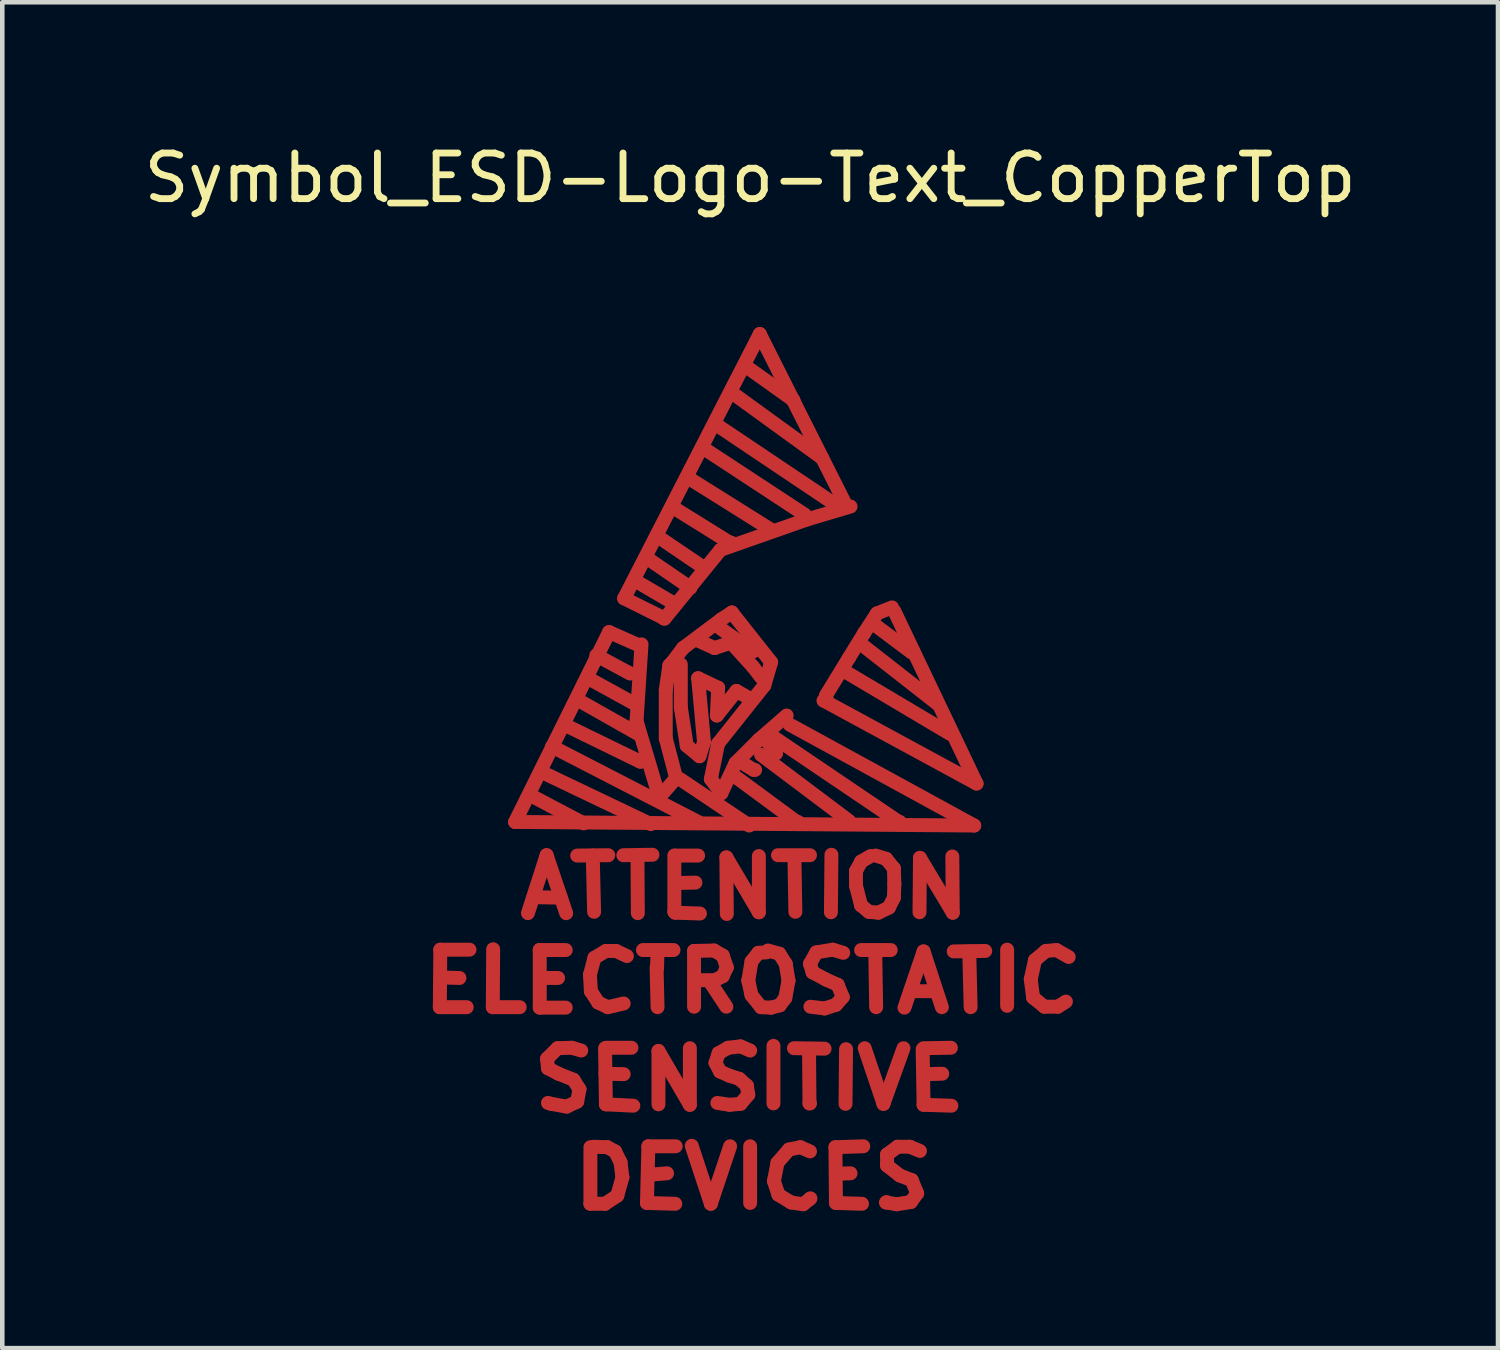
<source format=kicad_pcb>
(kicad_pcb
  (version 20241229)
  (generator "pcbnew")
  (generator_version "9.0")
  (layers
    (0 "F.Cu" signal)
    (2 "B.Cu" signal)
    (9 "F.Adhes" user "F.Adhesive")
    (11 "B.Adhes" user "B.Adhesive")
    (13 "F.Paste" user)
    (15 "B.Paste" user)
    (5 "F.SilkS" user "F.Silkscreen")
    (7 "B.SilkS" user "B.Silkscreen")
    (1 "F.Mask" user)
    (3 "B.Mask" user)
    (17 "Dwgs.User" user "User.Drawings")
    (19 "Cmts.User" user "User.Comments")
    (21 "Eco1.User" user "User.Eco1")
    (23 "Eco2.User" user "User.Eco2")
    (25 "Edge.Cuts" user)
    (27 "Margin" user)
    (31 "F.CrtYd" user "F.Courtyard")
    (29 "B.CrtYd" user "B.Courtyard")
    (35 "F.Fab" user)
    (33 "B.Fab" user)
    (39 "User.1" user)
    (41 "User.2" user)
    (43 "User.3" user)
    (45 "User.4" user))
  (footprint "Symbol_ESD-Logo-Text_CopperTop"
    (layer "F.Cu")
    (at 13.387 11.648)
    (property "Reference" "Symbol_ESD-Logo-Text_CopperTop" (at 0 -10.8 0) (layer "F.SilkS") (effects (font (size 1 1) (thickness 0.15))))
    (attr through_hole)
    (fp_line (start -6.8 7.371) (end -6.21 7.371) (stroke (width 0.305) (type solid)) (layer "F.Cu"))
    (fp_line (start -6.789 6.111) (end -6.8 7.371) (stroke (width 0.305) (type solid)) (layer "F.Cu"))
    (fp_line (start -6.37 6.731) (end -6.749 6.721) (stroke (width 0.305) (type solid)) (layer "F.Cu"))
    (fp_line (start -6.149 6.111) (end -6.789 6.111) (stroke (width 0.305) (type solid)) (layer "F.Cu"))
    (fp_line (start -5.639 7.371) (end -5.05 7.371) (stroke (width 0.305) (type solid)) (layer "F.Cu"))
    (fp_line (start -5.631 6.101) (end -5.639 7.371) (stroke (width 0.305) (type solid)) (layer "F.Cu"))
    (fp_line (start -5.151 3.312) (end 4.91 3.391) (stroke (width 0.305) (type solid)) (layer "F.Cu"))
    (fp_line (start -4.869 5.311) (end -4.46 4.041) (stroke (width 0.305) (type solid)) (layer "F.Cu"))
    (fp_line (start -4.77 2.751) (end -3.65 3.343) (stroke (width 0.305) (type solid)) (layer "F.Cu"))
    (fp_line (start -4.75 4.961) (end -4.15 4.971) (stroke (width 0.305) (type solid)) (layer "F.Cu"))
    (fp_line (start -4.61 6.119) (end -4.61 7.381) (stroke (width 0.305) (type solid)) (layer "F.Cu"))
    (fp_line (start -4.61 6.119) (end -4.041 6.119) (stroke (width 0.305) (type solid)) (layer "F.Cu"))
    (fp_line (start -4.61 7.381) (end -4.041 7.381) (stroke (width 0.305) (type solid)) (layer "F.Cu"))
    (fp_line (start -4.6 6.129) (end -4.61 6.119) (stroke (width 0.305) (type solid)) (layer "F.Cu"))
    (fp_line (start -4.559 2.223) (end -2.179 3.36) (stroke (width 0.305) (type solid)) (layer "F.Cu"))
    (fp_line (start -4.559 6.731) (end -4.209 6.731) (stroke (width 0.305) (type solid)) (layer "F.Cu"))
    (fp_line (start -4.46 4.041) (end -4.031 5.311) (stroke (width 0.305) (type solid)) (layer "F.Cu"))
    (fp_line (start -4.45 8.499) (end -4.43 8.71) (stroke (width 0.305) (type solid)) (layer "F.Cu"))
    (fp_line (start -4.43 8.71) (end -4.201 8.829) (stroke (width 0.305) (type solid)) (layer "F.Cu"))
    (fp_line (start -4.361 9.489) (end -4.43 9.469) (stroke (width 0.305) (type solid)) (layer "F.Cu"))
    (fp_line (start -4.341 1.661) (end -1.14 3.312) (stroke (width 0.305) (type solid)) (layer "F.Cu"))
    (fp_line (start -4.219 8.27) (end -4.45 8.499) (stroke (width 0.305) (type solid)) (layer "F.Cu"))
    (fp_line (start -4.201 8.829) (end -3.871 8.961) (stroke (width 0.305) (type solid)) (layer "F.Cu"))
    (fp_line (start -4.031 1.201) (end -2.41 1.991) (stroke (width 0.305) (type solid)) (layer "F.Cu"))
    (fp_line (start -4.021 9.55) (end -4.361 9.489) (stroke (width 0.305) (type solid)) (layer "F.Cu"))
    (fp_line (start -3.909 8.26) (end -4.219 8.27) (stroke (width 0.305) (type solid)) (layer "F.Cu"))
    (fp_line (start -3.871 8.961) (end -3.739 9.169) (stroke (width 0.305) (type solid)) (layer "F.Cu"))
    (fp_line (start -3.79 4.049) (end -3.109 4.041) (stroke (width 0.305) (type solid)) (layer "F.Cu"))
    (fp_line (start -3.79 9.441) (end -4.021 9.55) (stroke (width 0.305) (type solid)) (layer "F.Cu"))
    (fp_line (start -3.749 0.653) (end -2.461 1.382) (stroke (width 0.305) (type solid)) (layer "F.Cu"))
    (fp_line (start -3.739 9.169) (end -3.79 9.441) (stroke (width 0.305) (type solid)) (layer "F.Cu"))
    (fp_line (start -3.701 8.321) (end -3.909 8.26) (stroke (width 0.305) (type solid)) (layer "F.Cu"))
    (fp_line (start -3.551 0.163) (end -2.479 0.752) (stroke (width 0.305) (type solid)) (layer "F.Cu"))
    (fp_line (start -3.51 6.66) (end -3.49 7.021) (stroke (width 0.305) (type solid)) (layer "F.Cu"))
    (fp_line (start -3.5 10.439) (end -3.5 11.679) (stroke (width 0.305) (type solid)) (layer "F.Cu"))
    (fp_line (start -3.5 11.679) (end -3.18 11.679) (stroke (width 0.305) (type solid)) (layer "F.Cu"))
    (fp_line (start -3.49 7.021) (end -3.33 7.269) (stroke (width 0.305) (type solid)) (layer "F.Cu"))
    (fp_line (start -3.449 4.049) (end -3.419 5.281) (stroke (width 0.305) (type solid)) (layer "F.Cu"))
    (fp_line (start -3.411 6.289) (end -3.51 6.66) (stroke (width 0.305) (type solid)) (layer "F.Cu"))
    (fp_line (start -3.371 -0.338) (end -2.629 0.061) (stroke (width 0.305) (type solid)) (layer "F.Cu"))
    (fp_line (start -3.33 7.269) (end -3.119 7.371) (stroke (width 0.305) (type solid)) (layer "F.Cu"))
    (fp_line (start -3.18 11.679) (end -2.911 11.501) (stroke (width 0.305) (type solid)) (layer "F.Cu"))
    (fp_line (start -3.16 6.139) (end -3.411 6.289) (stroke (width 0.305) (type solid)) (layer "F.Cu"))
    (fp_line (start -3.16 9.5) (end -3.18 8.27) (stroke (width 0.305) (type solid)) (layer "F.Cu"))
    (fp_line (start -3.129 10.439) (end -3.429 10.429) (stroke (width 0.305) (type solid)) (layer "F.Cu"))
    (fp_line (start -3.119 7.371) (end -2.771 7.29) (stroke (width 0.305) (type solid)) (layer "F.Cu"))
    (fp_line (start -3.091 -0.848) (end -5.151 3.312) (stroke (width 0.305) (type solid)) (layer "F.Cu"))
    (fp_line (start -2.959 10.531) (end -3.129 10.439) (stroke (width 0.305) (type solid)) (layer "F.Cu"))
    (fp_line (start -2.939 6.139) (end -3.16 6.139) (stroke (width 0.305) (type solid)) (layer "F.Cu"))
    (fp_line (start -2.911 11.501) (end -2.799 11.1) (stroke (width 0.305) (type solid)) (layer "F.Cu"))
    (fp_line (start -2.84 10.77) (end -2.959 10.531) (stroke (width 0.305) (type solid)) (layer "F.Cu"))
    (fp_line (start -2.799 11.1) (end -2.84 10.77) (stroke (width 0.305) (type solid)) (layer "F.Cu"))
    (fp_line (start -2.779 4.041) (end -2.141 4.031) (stroke (width 0.305) (type solid)) (layer "F.Cu"))
    (fp_line (start -2.771 8.839) (end -3.17 8.829) (stroke (width 0.305) (type solid)) (layer "F.Cu"))
    (fp_line (start -2.761 -1.587) (end -1.9 -1.158) (stroke (width 0.305) (type solid)) (layer "F.Cu"))
    (fp_line (start -2.7 6.251) (end -2.939 6.139) (stroke (width 0.305) (type solid)) (layer "F.Cu"))
    (fp_line (start -2.601 8.26) (end -3.15 8.26) (stroke (width 0.305) (type solid)) (layer "F.Cu"))
    (fp_line (start -2.56 9.53) (end -3.16 9.5) (stroke (width 0.305) (type solid)) (layer "F.Cu"))
    (fp_line (start -2.51 -1.968) (end -1.689 -1.488) (stroke (width 0.305) (type solid)) (layer "F.Cu"))
    (fp_line (start -2.489 1.102) (end -1.991 2.771) (stroke (width 0.305) (type solid)) (layer "F.Cu"))
    (fp_line (start -2.461 -0.569) (end -3.091 -0.848) (stroke (width 0.305) (type solid)) (layer "F.Cu"))
    (fp_line (start -2.461 5.311) (end -2.469 4.059) (stroke (width 0.305) (type solid)) (layer "F.Cu"))
    (fp_line (start -2.41 1.991) (end -2.38 1.991) (stroke (width 0.305) (type solid)) (layer "F.Cu"))
    (fp_line (start -2.38 -0.579) (end -2.489 1.102) (stroke (width 0.305) (type solid)) (layer "F.Cu"))
    (fp_line (start -2.349 6.119) (end -1.679 6.119) (stroke (width 0.305) (type solid)) (layer "F.Cu"))
    (fp_line (start -2.261 11.661) (end -1.641 11.679) (stroke (width 0.305) (type solid)) (layer "F.Cu"))
    (fp_line (start -2.23 -2.449) (end -1.311 -1.819) (stroke (width 0.305) (type solid)) (layer "F.Cu"))
    (fp_line (start -2.23 10.419) (end -2.261 11.661) (stroke (width 0.305) (type solid)) (layer "F.Cu"))
    (fp_line (start -2.159 11.039) (end -2.159 11.021) (stroke (width 0.305) (type solid)) (layer "F.Cu"))
    (fp_line (start -2.05 -2.959) (end -1.031 -2.268) (stroke (width 0.305) (type solid)) (layer "F.Cu"))
    (fp_line (start -2.05 6.5) (end -2.029 7.371) (stroke (width 0.305) (type solid)) (layer "F.Cu"))
    (fp_line (start -2.04 6.52) (end -2.029 6.129) (stroke (width 0.305) (type solid)) (layer "F.Cu"))
    (fp_line (start -2.029 6.129) (end -2.009 6.129) (stroke (width 0.305) (type solid)) (layer "F.Cu"))
    (fp_line (start -2.009 8.331) (end -1.321 9.51) (stroke (width 0.305) (type solid)) (layer "F.Cu"))
    (fp_line (start -2.009 9.5) (end -2.009 8.331) (stroke (width 0.305) (type solid)) (layer "F.Cu"))
    (fp_line (start -1.991 2.771) (end -1.621 2.352) (stroke (width 0.305) (type solid)) (layer "F.Cu"))
    (fp_line (start -1.9 -1.158) (end -1.869 -1.158) (stroke (width 0.305) (type solid)) (layer "F.Cu"))
    (fp_line (start -1.849 0.422) (end -1.77 -0.119) (stroke (width 0.305) (type solid)) (layer "F.Cu"))
    (fp_line (start -1.849 1.481) (end -1.849 0.422) (stroke (width 0.305) (type solid)) (layer "F.Cu"))
    (fp_line (start -1.821 11.011) (end -2.159 11.039) (stroke (width 0.305) (type solid)) (layer "F.Cu"))
    (fp_line (start -1.77 -0.119) (end -1.72 -0.168) (stroke (width 0.305) (type solid)) (layer "F.Cu"))
    (fp_line (start -1.72 -3.599) (end -0.45 -2.809) (stroke (width 0.305) (type solid)) (layer "F.Cu"))
    (fp_line (start -1.72 -0.168) (end -1.471 -0.498) (stroke (width 0.305) (type solid)) (layer "F.Cu"))
    (fp_line (start -1.661 4.049) (end -1.661 5.281) (stroke (width 0.305) (type solid)) (layer "F.Cu"))
    (fp_line (start -1.661 5.281) (end -1.651 5.281) (stroke (width 0.305) (type solid)) (layer "F.Cu"))
    (fp_line (start -1.651 4.049) (end -1.14 4.049) (stroke (width 0.305) (type solid)) (layer "F.Cu"))
    (fp_line (start -1.641 5.301) (end -1.631 5.301) (stroke (width 0.305) (type solid)) (layer "F.Cu"))
    (fp_line (start -1.631 10.419) (end -2.23 10.419) (stroke (width 0.305) (type solid)) (layer "F.Cu"))
    (fp_line (start -1.621 2.352) (end -1.849 1.481) (stroke (width 0.305) (type solid)) (layer "F.Cu"))
    (fp_line (start -1.621 4.651) (end -1.6 4.651) (stroke (width 0.305) (type solid)) (layer "F.Cu"))
    (fp_line (start -1.539 2.372) (end -0.02 3.391) (stroke (width 0.305) (type solid)) (layer "F.Cu"))
    (fp_line (start -1.519 -0.14) (end -1.519 0.803) (stroke (width 0.305) (type solid)) (layer "F.Cu"))
    (fp_line (start -1.519 0.803) (end -1.389 1.641) (stroke (width 0.305) (type solid)) (layer "F.Cu"))
    (fp_line (start -1.471 -0.498) (end -0.63 -1.128) (stroke (width 0.305) (type solid)) (layer "F.Cu"))
    (fp_line (start -1.389 1.641) (end -1.11 1.872) (stroke (width 0.305) (type solid)) (layer "F.Cu"))
    (fp_line (start -1.359 -4.229) (end 0.46 -3.089) (stroke (width 0.305) (type solid)) (layer "F.Cu"))
    (fp_line (start -1.321 9.51) (end -1.321 8.27) (stroke (width 0.305) (type solid)) (layer "F.Cu"))
    (fp_line (start -1.311 -1.819) (end -1.311 -1.839) (stroke (width 0.305) (type solid)) (layer "F.Cu"))
    (fp_line (start -1.28 10.409) (end -0.861 11.679) (stroke (width 0.305) (type solid)) (layer "F.Cu"))
    (fp_line (start -1.229 6.139) (end -0.79 6.129) (stroke (width 0.305) (type solid)) (layer "F.Cu"))
    (fp_line (start -1.229 7.361) (end -1.229 6.139) (stroke (width 0.305) (type solid)) (layer "F.Cu"))
    (fp_line (start -1.199 4.641) (end -1.621 4.651) (stroke (width 0.305) (type solid)) (layer "F.Cu"))
    (fp_line (start -1.171 6.779) (end -1.161 6.779) (stroke (width 0.305) (type solid)) (layer "F.Cu"))
    (fp_line (start -1.14 0.163) (end -0.701 0.371) (stroke (width 0.305) (type solid)) (layer "F.Cu"))
    (fp_line (start -1.11 -0.648) (end -0.78 -0.498) (stroke (width 0.305) (type solid)) (layer "F.Cu"))
    (fp_line (start -1.11 1.872) (end -1.011 1.562) (stroke (width 0.305) (type solid)) (layer "F.Cu"))
    (fp_line (start -1.1 5.319) (end -1.641 5.301) (stroke (width 0.305) (type solid)) (layer "F.Cu"))
    (fp_line (start -1.011 -4.869) (end 1.199 -3.419) (stroke (width 0.305) (type solid)) (layer "F.Cu"))
    (fp_line (start -1.011 1.562) (end -1.14 0.163) (stroke (width 0.305) (type solid)) (layer "F.Cu"))
    (fp_line (start -0.879 6.82) (end -0.521 7.361) (stroke (width 0.305) (type solid)) (layer "F.Cu"))
    (fp_line (start -0.861 2.372) (end -0.63 2.682) (stroke (width 0.305) (type solid)) (layer "F.Cu"))
    (fp_line (start -0.861 11.679) (end -0.439 10.419) (stroke (width 0.305) (type solid)) (layer "F.Cu"))
    (fp_line (start -0.79 6.129) (end -0.599 6.241) (stroke (width 0.305) (type solid)) (layer "F.Cu"))
    (fp_line (start -0.78 -0.498) (end -0.419 -0.617) (stroke (width 0.305) (type solid)) (layer "F.Cu"))
    (fp_line (start -0.77 6.779) (end -1.171 6.779) (stroke (width 0.305) (type solid)) (layer "F.Cu"))
    (fp_line (start -0.759 8.59) (end -0.66 8.781) (stroke (width 0.305) (type solid)) (layer "F.Cu"))
    (fp_line (start -0.749 -5.397) (end 1.859 -3.647) (stroke (width 0.305) (type solid)) (layer "F.Cu"))
    (fp_line (start -0.729 0.98) (end -0.3 0.442) (stroke (width 0.305) (type solid)) (layer "F.Cu"))
    (fp_line (start -0.701 0.371) (end -0.729 0.98) (stroke (width 0.305) (type solid)) (layer "F.Cu"))
    (fp_line (start -0.701 1.593) (end -0.861 2.372) (stroke (width 0.305) (type solid)) (layer "F.Cu"))
    (fp_line (start -0.691 8.379) (end -0.759 8.59) (stroke (width 0.305) (type solid)) (layer "F.Cu"))
    (fp_line (start -0.66 8.781) (end -0.46 8.87) (stroke (width 0.305) (type solid)) (layer "F.Cu"))
    (fp_line (start -0.65 -2.649) (end -1.88 -1.138) (stroke (width 0.305) (type solid)) (layer "F.Cu"))
    (fp_line (start -0.65 -0.93) (end 0.061 -0.419) (stroke (width 0.305) (type solid)) (layer "F.Cu"))
    (fp_line (start -0.63 -1.128) (end -0.401 -1.278) (stroke (width 0.305) (type solid)) (layer "F.Cu"))
    (fp_line (start -0.63 2.682) (end -0.32 2.022) (stroke (width 0.305) (type solid)) (layer "F.Cu"))
    (fp_line (start -0.599 6.241) (end -0.511 6.5) (stroke (width 0.305) (type solid)) (layer "F.Cu"))
    (fp_line (start -0.599 6.69) (end -0.77 6.779) (stroke (width 0.305) (type solid)) (layer "F.Cu"))
    (fp_line (start -0.521 4.089) (end 0.191 5.291) (stroke (width 0.305) (type solid)) (layer "F.Cu"))
    (fp_line (start -0.511 5.329) (end -0.521 4.089) (stroke (width 0.305) (type solid)) (layer "F.Cu"))
    (fp_line (start -0.511 6.5) (end -0.599 6.69) (stroke (width 0.305) (type solid)) (layer "F.Cu"))
    (fp_line (start -0.48 8.26) (end -0.691 8.379) (stroke (width 0.305) (type solid)) (layer "F.Cu"))
    (fp_line (start -0.46 8.87) (end -0.239 8.941) (stroke (width 0.305) (type solid)) (layer "F.Cu"))
    (fp_line (start -0.45 -2.809) (end -0.419 -2.809) (stroke (width 0.305) (type solid)) (layer "F.Cu"))
    (fp_line (start -0.45 9.51) (end -0.719 9.469) (stroke (width 0.305) (type solid)) (layer "F.Cu"))
    (fp_line (start -0.419 -0.617) (end 0.061 -0.089) (stroke (width 0.305) (type solid)) (layer "F.Cu"))
    (fp_line (start -0.401 -1.278) (end 0.46 -0.188) (stroke (width 0.305) (type solid)) (layer "F.Cu"))
    (fp_line (start -0.351 -6.058) (end 1.58 -4.658) (stroke (width 0.305) (type solid)) (layer "F.Cu"))
    (fp_line (start -0.351 2.301) (end 1.021 3.312) (stroke (width 0.305) (type solid)) (layer "F.Cu"))
    (fp_line (start -0.32 2.022) (end 0.191 1.511) (stroke (width 0.305) (type solid)) (layer "F.Cu"))
    (fp_line (start -0.3 0.442) (end -0.071 0.572) (stroke (width 0.305) (type solid)) (layer "F.Cu"))
    (fp_line (start -0.239 8.941) (end -0.071 9.091) (stroke (width 0.305) (type solid)) (layer "F.Cu"))
    (fp_line (start -0.221 1.991) (end 0.079 2.172) (stroke (width 0.305) (type solid)) (layer "F.Cu"))
    (fp_line (start -0.211 8.23) (end -0.48 8.26) (stroke (width 0.305) (type solid)) (layer "F.Cu"))
    (fp_line (start -0.211 9.489) (end -0.45 9.51) (stroke (width 0.305) (type solid)) (layer "F.Cu"))
    (fp_line (start -0.089 -6.668) (end 0.95 -5.928) (stroke (width 0.305) (type solid)) (layer "F.Cu"))
    (fp_line (start -0.071 9.091) (end -0.041 9.289) (stroke (width 0.305) (type solid)) (layer "F.Cu"))
    (fp_line (start -0.041 6.789) (end 0.03 6.37) (stroke (width 0.305) (type solid)) (layer "F.Cu"))
    (fp_line (start -0.041 9.289) (end -0.211 9.489) (stroke (width 0.305) (type solid)) (layer "F.Cu"))
    (fp_line (start 0 8.321) (end -0.211 8.23) (stroke (width 0.305) (type solid)) (layer "F.Cu"))
    (fp_line (start 0 10.419) (end 0 11.661) (stroke (width 0.305) (type solid)) (layer "F.Cu"))
    (fp_line (start 0.03 6.37) (end 0.18 6.18) (stroke (width 0.305) (type solid)) (layer "F.Cu"))
    (fp_line (start 0.03 7.109) (end -0.041 6.789) (stroke (width 0.305) (type solid)) (layer "F.Cu"))
    (fp_line (start 0.061 -0.089) (end 0.239 0.142) (stroke (width 0.305) (type solid)) (layer "F.Cu"))
    (fp_line (start 0.079 2.172) (end 0.109 2.172) (stroke (width 0.305) (type solid)) (layer "F.Cu"))
    (fp_line (start 0.18 6.18) (end 0.361 6.17) (stroke (width 0.305) (type solid)) (layer "F.Cu"))
    (fp_line (start 0.191 1.511) (end 0.8 0.98) (stroke (width 0.305) (type solid)) (layer "F.Cu"))
    (fp_line (start 0.191 5.291) (end 0.191 4.059) (stroke (width 0.305) (type solid)) (layer "F.Cu"))
    (fp_line (start 0.211 -7.379) (end -2.761 -1.587) (stroke (width 0.305) (type solid)) (layer "F.Cu"))
    (fp_line (start 0.239 1.841) (end 2.169 3.292) (stroke (width 0.305) (type solid)) (layer "F.Cu"))
    (fp_line (start 0.239 7.371) (end 0.03 7.109) (stroke (width 0.305) (type solid)) (layer "F.Cu"))
    (fp_line (start 0.31 0.323) (end -0.701 1.593) (stroke (width 0.305) (type solid)) (layer "F.Cu"))
    (fp_line (start 0.31 1.46) (end 0.569 1.811) (stroke (width 0.305) (type solid)) (layer "F.Cu"))
    (fp_line (start 0.391 6.129) (end 0.64 6.2) (stroke (width 0.305) (type solid)) (layer "F.Cu"))
    (fp_line (start 0.46 -0.188) (end 0.31 0.323) (stroke (width 0.305) (type solid)) (layer "F.Cu"))
    (fp_line (start 0.46 7.381) (end 0.239 7.371) (stroke (width 0.305) (type solid)) (layer "F.Cu"))
    (fp_line (start 0.511 8.219) (end 0.511 9.479) (stroke (width 0.305) (type solid)) (layer "F.Cu"))
    (fp_line (start 0.521 1.46) (end 3.259 3.312) (stroke (width 0.305) (type solid)) (layer "F.Cu"))
    (fp_line (start 0.521 11.181) (end 0.62 11.481) (stroke (width 0.305) (type solid)) (layer "F.Cu"))
    (fp_line (start 0.599 10.78) (end 0.521 11.181) (stroke (width 0.305) (type solid)) (layer "F.Cu"))
    (fp_line (start 0.61 4.041) (end 1.311 4.041) (stroke (width 0.305) (type solid)) (layer "F.Cu"))
    (fp_line (start 0.62 11.481) (end 0.899 11.651) (stroke (width 0.305) (type solid)) (layer "F.Cu"))
    (fp_line (start 0.64 6.2) (end 0.78 6.421) (stroke (width 0.305) (type solid)) (layer "F.Cu"))
    (fp_line (start 0.65 7.33) (end 0.46 7.381) (stroke (width 0.305) (type solid)) (layer "F.Cu"))
    (fp_line (start 0.77 7.17) (end 0.65 7.33) (stroke (width 0.305) (type solid)) (layer "F.Cu"))
    (fp_line (start 0.78 6.421) (end 0.841 6.789) (stroke (width 0.305) (type solid)) (layer "F.Cu"))
    (fp_line (start 0.841 6.789) (end 0.77 7.17) (stroke (width 0.305) (type solid)) (layer "F.Cu"))
    (fp_line (start 0.851 10.49) (end 0.599 10.78) (stroke (width 0.305) (type solid)) (layer "F.Cu"))
    (fp_line (start 0.899 11.651) (end 1.161 11.689) (stroke (width 0.305) (type solid)) (layer "F.Cu"))
    (fp_line (start 0.96 8.27) (end 1.631 8.28) (stroke (width 0.305) (type solid)) (layer "F.Cu"))
    (fp_line (start 0.97 4.069) (end 0.991 5.281) (stroke (width 0.305) (type solid)) (layer "F.Cu"))
    (fp_line (start 1.021 3.312) (end 1.049 3.312) (stroke (width 0.305) (type solid)) (layer "F.Cu"))
    (fp_line (start 1.1 10.439) (end 0.851 10.49) (stroke (width 0.305) (type solid)) (layer "F.Cu"))
    (fp_line (start 1.161 11.689) (end 1.311 11.57) (stroke (width 0.305) (type solid)) (layer "F.Cu"))
    (fp_line (start 1.25 -3.317) (end -0.65 -2.649) (stroke (width 0.305) (type solid)) (layer "F.Cu"))
    (fp_line (start 1.29 8.291) (end 1.3 9.479) (stroke (width 0.305) (type solid)) (layer "F.Cu"))
    (fp_line (start 1.3 9.479) (end 1.311 9.479) (stroke (width 0.305) (type solid)) (layer "F.Cu"))
    (fp_line (start 1.311 6.421) (end 1.369 6.609) (stroke (width 0.305) (type solid)) (layer "F.Cu"))
    (fp_line (start 1.311 10.531) (end 1.1 10.439) (stroke (width 0.305) (type solid)) (layer "F.Cu"))
    (fp_line (start 1.311 11.57) (end 1.321 11.56) (stroke (width 0.305) (type solid)) (layer "F.Cu"))
    (fp_line (start 1.369 6.609) (end 1.669 6.769) (stroke (width 0.305) (type solid)) (layer "F.Cu"))
    (fp_line (start 1.45 6.17) (end 1.311 6.421) (stroke (width 0.305) (type solid)) (layer "F.Cu"))
    (fp_line (start 1.61 0.653) (end 1.679 0.622) (stroke (width 0.305) (type solid)) (layer "F.Cu"))
    (fp_line (start 1.631 7.399) (end 1.321 7.361) (stroke (width 0.305) (type solid)) (layer "F.Cu"))
    (fp_line (start 1.659 0.541) (end 2.169 -0.29) (stroke (width 0.305) (type solid)) (layer "F.Cu"))
    (fp_line (start 1.669 6.769) (end 1.92 6.881) (stroke (width 0.305) (type solid)) (layer "F.Cu"))
    (fp_line (start 1.781 4.031) (end 1.77 5.291) (stroke (width 0.305) (type solid)) (layer "F.Cu"))
    (fp_line (start 1.811 6.111) (end 1.45 6.17) (stroke (width 0.305) (type solid)) (layer "F.Cu"))
    (fp_line (start 1.869 10.439) (end 1.88 11.661) (stroke (width 0.305) (type solid)) (layer "F.Cu"))
    (fp_line (start 1.88 7.32) (end 1.631 7.399) (stroke (width 0.305) (type solid)) (layer "F.Cu"))
    (fp_line (start 1.88 11.661) (end 2.451 11.679) (stroke (width 0.305) (type solid)) (layer "F.Cu"))
    (fp_line (start 1.92 6.881) (end 2.029 7.15) (stroke (width 0.305) (type solid)) (layer "F.Cu"))
    (fp_line (start 2.029 7.15) (end 1.88 7.32) (stroke (width 0.305) (type solid)) (layer "F.Cu"))
    (fp_line (start 2.04 6.18) (end 1.811 6.111) (stroke (width 0.305) (type solid)) (layer "F.Cu"))
    (fp_line (start 2.09 -3.647) (end 0.211 -7.379) (stroke (width 0.305) (type solid)) (layer "F.Cu"))
    (fp_line (start 2.101 8.291) (end 2.09 9.489) (stroke (width 0.305) (type solid)) (layer "F.Cu"))
    (fp_line (start 2.121 0.041) (end 4.379 1.382) (stroke (width 0.305) (type solid)) (layer "F.Cu"))
    (fp_line (start 2.169 -0.29) (end 2.499 -0.828) (stroke (width 0.305) (type solid)) (layer "F.Cu"))
    (fp_line (start 2.2 -3.599) (end 1.25 -3.317) (stroke (width 0.305) (type solid)) (layer "F.Cu"))
    (fp_line (start 2.2 11.011) (end 1.89 11.021) (stroke (width 0.305) (type solid)) (layer "F.Cu"))
    (fp_line (start 2.319 4.389) (end 2.431 4.181) (stroke (width 0.305) (type solid)) (layer "F.Cu"))
    (fp_line (start 2.319 4.709) (end 2.319 4.389) (stroke (width 0.305) (type solid)) (layer "F.Cu"))
    (fp_line (start 2.431 4.181) (end 2.639 4.059) (stroke (width 0.305) (type solid)) (layer "F.Cu"))
    (fp_line (start 2.431 5.141) (end 2.319 4.709) (stroke (width 0.305) (type solid)) (layer "F.Cu"))
    (fp_line (start 2.431 6.119) (end 3.081 6.119) (stroke (width 0.305) (type solid)) (layer "F.Cu"))
    (fp_line (start 2.451 -0.569) (end 4.1 0.721) (stroke (width 0.305) (type solid)) (layer "F.Cu"))
    (fp_line (start 2.479 10.419) (end 1.869 10.439) (stroke (width 0.305) (type solid)) (layer "F.Cu"))
    (fp_line (start 2.499 -0.828) (end 2.779 -1.257) (stroke (width 0.305) (type solid)) (layer "F.Cu"))
    (fp_line (start 2.51 8.27) (end 2.921 9.489) (stroke (width 0.305) (type solid)) (layer "F.Cu"))
    (fp_line (start 2.601 5.281) (end 2.431 5.141) (stroke (width 0.305) (type solid)) (layer "F.Cu"))
    (fp_line (start 2.7 -1.029) (end 3.541 -0.399) (stroke (width 0.305) (type solid)) (layer "F.Cu"))
    (fp_line (start 2.741 6.129) (end 2.761 7.371) (stroke (width 0.305) (type solid)) (layer "F.Cu"))
    (fp_line (start 2.751 4.049) (end 2.979 4.12) (stroke (width 0.305) (type solid)) (layer "F.Cu"))
    (fp_line (start 2.779 -1.257) (end 3.109 -1.389) (stroke (width 0.305) (type solid)) (layer "F.Cu"))
    (fp_line (start 2.809 5.301) (end 2.601 5.281) (stroke (width 0.305) (type solid)) (layer "F.Cu"))
    (fp_line (start 2.921 9.489) (end 3.36 8.27) (stroke (width 0.305) (type solid)) (layer "F.Cu"))
    (fp_line (start 2.979 4.12) (end 3.15 4.331) (stroke (width 0.305) (type solid)) (layer "F.Cu"))
    (fp_line (start 2.979 11.651) (end 2.99 11.641) (stroke (width 0.305) (type solid)) (layer "F.Cu"))
    (fp_line (start 3 10.599) (end 3 10.841) (stroke (width 0.305) (type solid)) (layer "F.Cu"))
    (fp_line (start 3 10.841) (end 3.279 11.059) (stroke (width 0.305) (type solid)) (layer "F.Cu"))
    (fp_line (start 3.04 5.189) (end 2.809 5.301) (stroke (width 0.305) (type solid)) (layer "F.Cu"))
    (fp_line (start 3.15 4.331) (end 3.16 4.671) (stroke (width 0.305) (type solid)) (layer "F.Cu"))
    (fp_line (start 3.15 4.971) (end 3.04 5.189) (stroke (width 0.305) (type solid)) (layer "F.Cu"))
    (fp_line (start 3.16 -1.308) (end 4.961 2.471) (stroke (width 0.305) (type solid)) (layer "F.Cu"))
    (fp_line (start 3.16 4.671) (end 3.15 4.971) (stroke (width 0.305) (type solid)) (layer "F.Cu"))
    (fp_line (start 3.211 11.689) (end 2.979 11.651) (stroke (width 0.305) (type solid)) (layer "F.Cu"))
    (fp_line (start 3.231 10.429) (end 3 10.599) (stroke (width 0.305) (type solid)) (layer "F.Cu"))
    (fp_line (start 3.259 3.312) (end 3.279 3.312) (stroke (width 0.305) (type solid)) (layer "F.Cu"))
    (fp_line (start 3.279 11.059) (end 3.541 11.161) (stroke (width 0.305) (type solid)) (layer "F.Cu"))
    (fp_line (start 3.381 7.381) (end 3.8 6.149) (stroke (width 0.305) (type solid)) (layer "F.Cu"))
    (fp_line (start 3.5 10.429) (end 3.231 10.429) (stroke (width 0.305) (type solid)) (layer "F.Cu"))
    (fp_line (start 3.51 7.021) (end 4.041 7.021) (stroke (width 0.305) (type solid)) (layer "F.Cu"))
    (fp_line (start 3.52 11.641) (end 3.211 11.689) (stroke (width 0.305) (type solid)) (layer "F.Cu"))
    (fp_line (start 3.541 11.161) (end 3.66 11.45) (stroke (width 0.305) (type solid)) (layer "F.Cu"))
    (fp_line (start 3.66 11.45) (end 3.52 11.641) (stroke (width 0.305) (type solid)) (layer "F.Cu"))
    (fp_line (start 3.711 5.291) (end 3.721 4.1) (stroke (width 0.305) (type solid)) (layer "F.Cu"))
    (fp_line (start 3.721 4.1) (end 4.44 5.301) (stroke (width 0.305) (type solid)) (layer "F.Cu"))
    (fp_line (start 3.721 10.521) (end 3.5 10.429) (stroke (width 0.305) (type solid)) (layer "F.Cu"))
    (fp_line (start 3.8 6.149) (end 4.201 7.371) (stroke (width 0.305) (type solid)) (layer "F.Cu"))
    (fp_line (start 3.8 9.51) (end 3.78 8.291) (stroke (width 0.305) (type solid)) (layer "F.Cu"))
    (fp_line (start 4.209 8.829) (end 3.851 8.839) (stroke (width 0.305) (type solid)) (layer "F.Cu"))
    (fp_line (start 4.399 8.26) (end 3.8 8.27) (stroke (width 0.305) (type solid)) (layer "F.Cu"))
    (fp_line (start 4.409 9.53) (end 3.8 9.51) (stroke (width 0.305) (type solid)) (layer "F.Cu"))
    (fp_line (start 4.44 5.301) (end 4.43 4.069) (stroke (width 0.305) (type solid)) (layer "F.Cu"))
    (fp_line (start 4.46 6.149) (end 5.151 6.139) (stroke (width 0.305) (type solid)) (layer "F.Cu"))
    (fp_line (start 4.801 6.149) (end 4.831 7.371) (stroke (width 0.305) (type solid)) (layer "F.Cu"))
    (fp_line (start 4.91 3.391) (end 0.869 1.181) (stroke (width 0.305) (type solid)) (layer "F.Cu"))
    (fp_line (start 4.961 2.471) (end 1.61 0.653) (stroke (width 0.305) (type solid)) (layer "F.Cu"))
    (fp_line (start 5.631 6.111) (end 5.631 7.341) (stroke (width 0.305) (type solid)) (layer "F.Cu"))
    (fp_line (start 6.149 6.759) (end 6.2 7.16) (stroke (width 0.305) (type solid)) (layer "F.Cu"))
    (fp_line (start 6.2 7.16) (end 6.449 7.361) (stroke (width 0.305) (type solid)) (layer "F.Cu"))
    (fp_line (start 6.241 6.34) (end 6.149 6.759) (stroke (width 0.305) (type solid)) (layer "F.Cu"))
    (fp_line (start 6.449 7.361) (end 6.741 7.361) (stroke (width 0.305) (type solid)) (layer "F.Cu"))
    (fp_line (start 6.48 6.139) (end 6.241 6.34) (stroke (width 0.305) (type solid)) (layer "F.Cu"))
    (fp_line (start 6.711 6.119) (end 6.48 6.139) (stroke (width 0.305) (type solid)) (layer "F.Cu"))
    (fp_line (start 6.741 7.361) (end 6.919 7.249) (stroke (width 0.305) (type solid)) (layer "F.Cu"))
    (fp_line (start 6.98 6.271) (end 6.711 6.119) (stroke (width 0.305) (type solid)) (layer "F.Cu")))
  (gr_rect
    (start -3 -3)
    (end 29.774 26.49)
    (stroke (width 0.1) (type default))
    (fill no)
    (layer "Edge.Cuts")))
</source>
